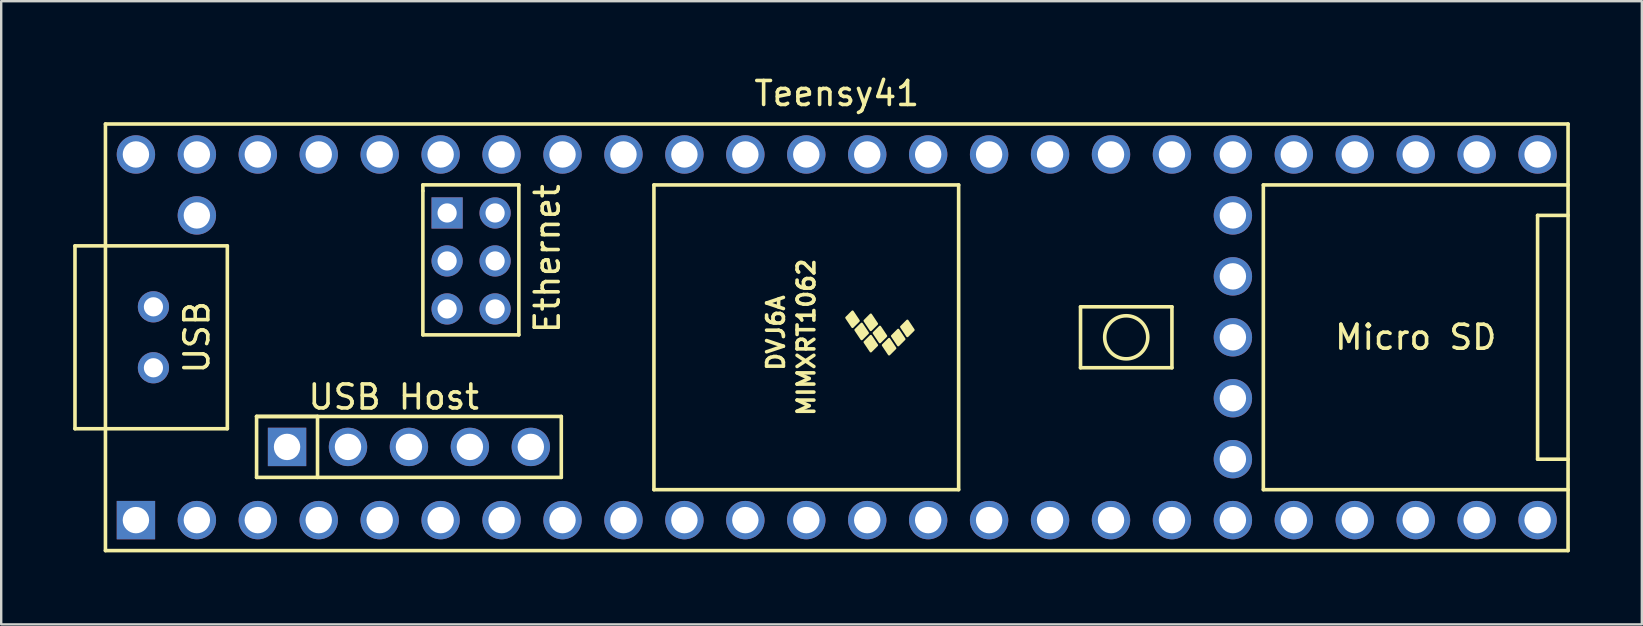
<source format=kicad_pcb>
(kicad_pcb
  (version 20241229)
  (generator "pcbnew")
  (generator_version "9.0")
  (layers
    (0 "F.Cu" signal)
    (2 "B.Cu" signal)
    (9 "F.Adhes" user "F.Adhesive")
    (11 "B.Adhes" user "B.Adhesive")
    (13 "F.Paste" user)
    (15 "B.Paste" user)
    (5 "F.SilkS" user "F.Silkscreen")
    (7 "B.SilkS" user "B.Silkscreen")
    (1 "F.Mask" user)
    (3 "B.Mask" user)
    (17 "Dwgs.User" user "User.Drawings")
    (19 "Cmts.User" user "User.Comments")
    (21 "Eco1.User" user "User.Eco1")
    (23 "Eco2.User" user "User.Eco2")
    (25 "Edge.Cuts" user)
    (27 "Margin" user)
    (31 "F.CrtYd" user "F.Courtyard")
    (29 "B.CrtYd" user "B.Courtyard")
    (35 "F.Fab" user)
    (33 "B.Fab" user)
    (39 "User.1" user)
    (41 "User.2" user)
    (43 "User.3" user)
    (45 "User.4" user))
  (footprint "Teensy41"
    (layer "F.Cu")
    (at 31.825 11.008)
    (property "Reference" "Teensy41" (at 0 -10.16 0) (layer "F.SilkS") (effects (font (size 1 1) (thickness 0.15))))
    (attr through_hole)
    (fp_line (start -31.75 -3.81) (end -30.48 -3.81) (stroke (width 0.15) (type solid)) (layer "F.SilkS"))
    (fp_line (start -31.75 3.81) (end -31.75 -3.81) (stroke (width 0.15) (type solid)) (layer "F.SilkS"))
    (fp_line (start -30.48 -8.89) (end 30.48 -8.89) (stroke (width 0.15) (type solid)) (layer "F.SilkS"))
    (fp_line (start -30.48 3.81) (end -31.75 3.81) (stroke (width 0.15) (type solid)) (layer "F.SilkS"))
    (fp_line (start -30.48 8.89) (end -30.48 -8.89) (stroke (width 0.15) (type solid)) (layer "F.SilkS"))
    (fp_line (start -25.4 -3.81) (end -30.48 -3.81) (stroke (width 0.15) (type solid)) (layer "F.SilkS"))
    (fp_line (start -25.4 3.81) (end -30.48 3.81) (stroke (width 0.15) (type solid)) (layer "F.SilkS"))
    (fp_line (start -25.4 3.81) (end -25.4 -3.81) (stroke (width 0.15) (type solid)) (layer "F.SilkS"))
    (fp_line (start -24.181 3.299) (end -21.641 3.299) (stroke (width 0.15) (type solid)) (layer "F.SilkS"))
    (fp_line (start -24.181 3.299) (end -11.481 3.299) (stroke (width 0.15) (type solid)) (layer "F.SilkS"))
    (fp_line (start -24.181 5.839) (end -24.181 3.299) (stroke (width 0.15) (type solid)) (layer "F.SilkS"))
    (fp_line (start -21.641 3.299) (end -21.641 5.839) (stroke (width 0.15) (type solid)) (layer "F.SilkS"))
    (fp_line (start -17.25 -6.352) (end -17.25 -6.102) (stroke (width 0.15) (type solid)) (layer "F.SilkS"))
    (fp_line (start -17.25 -6.102) (end -17.25 -0.102) (stroke (width 0.15) (type solid)) (layer "F.SilkS"))
    (fp_line (start -17.25 -0.102) (end -13.25 -0.102) (stroke (width 0.15) (type solid)) (layer "F.SilkS"))
    (fp_line (start -13.25 -6.352) (end -17.25 -6.352) (stroke (width 0.15) (type solid)) (layer "F.SilkS"))
    (fp_line (start -13.25 -0.102) (end -13.25 -6.352) (stroke (width 0.15) (type solid)) (layer "F.SilkS"))
    (fp_line (start -11.481 3.299) (end -11.481 5.839) (stroke (width 0.15) (type solid)) (layer "F.SilkS"))
    (fp_line (start -11.481 5.839) (end -24.181 5.839) (stroke (width 0.15) (type solid)) (layer "F.SilkS"))
    (fp_line (start -7.62 -6.35) (end -7.62 6.35) (stroke (width 0.15) (type solid)) (layer "F.SilkS"))
    (fp_line (start -7.62 6.35) (end 5.08 6.35) (stroke (width 0.15) (type solid)) (layer "F.SilkS"))
    (fp_line (start 5.08 -6.35) (end -7.62 -6.35) (stroke (width 0.15) (type solid)) (layer "F.SilkS"))
    (fp_line (start 5.08 6.35) (end 5.08 -6.35) (stroke (width 0.15) (type solid)) (layer "F.SilkS"))
    (fp_line (start 10.16 -1.27) (end 13.97 -1.27) (stroke (width 0.15) (type solid)) (layer "F.SilkS"))
    (fp_line (start 10.16 1.27) (end 10.16 -1.27) (stroke (width 0.15) (type solid)) (layer "F.SilkS"))
    (fp_line (start 13.97 -1.27) (end 13.97 1.27) (stroke (width 0.15) (type solid)) (layer "F.SilkS"))
    (fp_line (start 13.97 1.27) (end 10.16 1.27) (stroke (width 0.15) (type solid)) (layer "F.SilkS"))
    (fp_line (start 17.78 -6.35) (end 17.78 6.35) (stroke (width 0.15) (type solid)) (layer "F.SilkS"))
    (fp_line (start 17.78 6.35) (end 30.48 6.35) (stroke (width 0.15) (type solid)) (layer "F.SilkS"))
    (fp_line (start 29.21 -5.08) (end 29.21 5.08) (stroke (width 0.15) (type solid)) (layer "F.SilkS"))
    (fp_line (start 29.21 5.08) (end 30.48 5.08) (stroke (width 0.15) (type solid)) (layer "F.SilkS"))
    (fp_line (start 30.48 -8.89) (end 30.48 8.89) (stroke (width 0.15) (type solid)) (layer "F.SilkS"))
    (fp_line (start 30.48 -6.35) (end 17.78 -6.35) (stroke (width 0.15) (type solid)) (layer "F.SilkS"))
    (fp_line (start 30.48 -5.08) (end 29.21 -5.08) (stroke (width 0.15) (type solid)) (layer "F.SilkS"))
    (fp_line (start 30.48 8.89) (end -30.48 8.89) (stroke (width 0.15) (type solid)) (layer "F.SilkS"))
    (fp_circle (center 12.065 0) (end 12.7 -0.635) (stroke (width 0.15) (type solid)) (fill no) (layer "F.SilkS"))
    (fp_poly (pts (xy 0.911 -0.688) (xy 0.657 -0.434) (xy 0.403 -0.815) (xy 0.657 -1.069)) (stroke (width 0.1) (type solid)) (fill yes) (layer "F.SilkS"))
    (fp_poly (pts (xy 1.292 -0.18) (xy 1.038 0.074) (xy 0.784 -0.307) (xy 1.038 -0.561)) (stroke (width 0.1) (type solid)) (fill yes) (layer "F.SilkS"))
    (fp_poly (pts (xy 1.673 -0.561) (xy 1.419 -0.307) (xy 1.165 -0.688) (xy 1.419 -0.942)) (stroke (width 0.1) (type solid)) (fill yes) (layer "F.SilkS"))
    (fp_poly (pts (xy 1.673 0.328) (xy 1.419 0.582) (xy 1.165 0.201) (xy 1.419 -0.053)) (stroke (width 0.1) (type solid)) (fill yes) (layer "F.SilkS"))
    (fp_poly (pts (xy 2.054 -0.053) (xy 1.8 0.201) (xy 1.546 -0.18) (xy 1.8 -0.434)) (stroke (width 0.1) (type solid)) (fill yes) (layer "F.SilkS"))
    (fp_poly (pts (xy 2.435 0.455) (xy 2.181 0.709) (xy 1.927 0.328) (xy 2.181 0.074)) (stroke (width 0.1) (type solid)) (fill yes) (layer "F.SilkS"))
    (fp_poly (pts (xy 2.816 0.074) (xy 2.562 0.328) (xy 2.308 -0.053) (xy 2.562 -0.307)) (stroke (width 0.1) (type solid)) (fill yes) (layer "F.SilkS"))
    (fp_poly (pts (xy 3.197 -0.307) (xy 2.943 -0.053) (xy 2.689 -0.434) (xy 2.943 -0.688)) (stroke (width 0.1) (type solid)) (fill yes) (layer "F.SilkS"))
    (fp_text user "MIMXRT1062" (at -1.27 0 270) (layer "F.SilkS") (effects (font (size 0.7 0.7) (thickness 0.15))))
    (fp_text user "Ethernet" (at -12.065 -3.277 90) (layer "F.SilkS") (effects (font (size 1 1) (thickness 0.15))))
    (fp_text user "USB" (at -26.67 0 270) (layer "F.SilkS") (effects (font (size 1 1) (thickness 0.15))))
    (fp_text user "DVJ6A" (at -2.54 -0.18 270) (layer "F.SilkS") (effects (font (size 0.7 0.7) (thickness 0.15))))
    (fp_text user "Micro SD" (at 24.13 0 0) (layer "F.SilkS") (effects (font (size 1 1) (thickness 0.15))))
    (fp_text user "USB Host" (at -18.466 2.489 0) (layer "F.SilkS") (effects (font (size 1 1) (thickness 0.15))))
    (pad "1" thru_hole rect (at -29.21 7.62) (size 1.6 1.6) (drill 1.1) (layers "*.Cu" "*.Mask"))
    (pad "2" thru_hole circle (at -26.67 7.62) (size 1.6 1.6) (drill 1.1) (layers "*.Cu" "*.Mask"))
    (pad "3" thru_hole circle (at -24.13 7.62) (size 1.6 1.6) (drill 1.1) (layers "*.Cu" "*.Mask"))
    (pad "4" thru_hole circle (at -21.59 7.62) (size 1.6 1.6) (drill 1.1) (layers "*.Cu" "*.Mask"))
    (pad "5" thru_hole circle (at -19.05 7.62) (size 1.6 1.6) (drill 1.1) (layers "*.Cu" "*.Mask"))
    (pad "6" thru_hole circle (at -16.51 7.62) (size 1.6 1.6) (drill 1.1) (layers "*.Cu" "*.Mask"))
    (pad "7" thru_hole circle (at -13.97 7.62) (size 1.6 1.6) (drill 1.1) (layers "*.Cu" "*.Mask"))
    (pad "8" thru_hole circle (at -11.43 7.62) (size 1.6 1.6) (drill 1.1) (layers "*.Cu" "*.Mask"))
    (pad "9" thru_hole circle (at -8.89 7.62) (size 1.6 1.6) (drill 1.1) (layers "*.Cu" "*.Mask"))
    (pad "10" thru_hole circle (at -6.35 7.62) (size 1.6 1.6) (drill 1.1) (layers "*.Cu" "*.Mask"))
    (pad "11" thru_hole circle (at -3.81 7.62) (size 1.6 1.6) (drill 1.1) (layers "*.Cu" "*.Mask"))
    (pad "12" thru_hole circle (at -1.27 7.62) (size 1.6 1.6) (drill 1.1) (layers "*.Cu" "*.Mask"))
    (pad "13" thru_hole circle (at 1.27 7.62) (size 1.6 1.6) (drill 1.1) (layers "*.Cu" "*.Mask"))
    (pad "14" thru_hole circle (at 3.81 7.62) (size 1.6 1.6) (drill 1.1) (layers "*.Cu" "*.Mask"))
    (pad "15" thru_hole circle (at 6.35 7.62) (size 1.6 1.6) (drill 1.1) (layers "*.Cu" "*.Mask"))
    (pad "16" thru_hole circle (at 8.89 7.62) (size 1.6 1.6) (drill 1.1) (layers "*.Cu" "*.Mask"))
    (pad "17" thru_hole circle (at 11.43 7.62) (size 1.6 1.6) (drill 1.1) (layers "*.Cu" "*.Mask"))
    (pad "18" thru_hole circle (at 13.97 7.62) (size 1.6 1.6) (drill 1.1) (layers "*.Cu" "*.Mask"))
    (pad "19" thru_hole circle (at 16.51 7.62) (size 1.6 1.6) (drill 1.1) (layers "*.Cu" "*.Mask"))
    (pad "20" thru_hole circle (at 19.05 7.62) (size 1.6 1.6) (drill 1.1) (layers "*.Cu" "*.Mask"))
    (pad "21" thru_hole circle (at 21.59 7.62) (size 1.6 1.6) (drill 1.1) (layers "*.Cu" "*.Mask"))
    (pad "22" thru_hole circle (at 24.13 7.62) (size 1.6 1.6) (drill 1.1) (layers "*.Cu" "*.Mask"))
    (pad "23" thru_hole circle (at 26.67 7.62) (size 1.6 1.6) (drill 1.1) (layers "*.Cu" "*.Mask"))
    (pad "24" thru_hole circle (at 29.21 7.62) (size 1.6 1.6) (drill 1.1) (layers "*.Cu" "*.Mask"))
    (pad "25" thru_hole circle (at 29.21 -7.62) (size 1.6 1.6) (drill 1.1) (layers "*.Cu" "*.Mask"))
    (pad "26" thru_hole circle (at 26.67 -7.62) (size 1.6 1.6) (drill 1.1) (layers "*.Cu" "*.Mask"))
    (pad "27" thru_hole circle (at 24.13 -7.62) (size 1.6 1.6) (drill 1.1) (layers "*.Cu" "*.Mask"))
    (pad "28" thru_hole circle (at 21.59 -7.62) (size 1.6 1.6) (drill 1.1) (layers "*.Cu" "*.Mask"))
    (pad "29" thru_hole circle (at 19.05 -7.62) (size 1.6 1.6) (drill 1.1) (layers "*.Cu" "*.Mask"))
    (pad "30" thru_hole circle (at 16.51 -7.62) (size 1.6 1.6) (drill 1.1) (layers "*.Cu" "*.Mask"))
    (pad "31" thru_hole circle (at 13.97 -7.62) (size 1.6 1.6) (drill 1.1) (layers "*.Cu" "*.Mask"))
    (pad "32" thru_hole circle (at 11.43 -7.62) (size 1.6 1.6) (drill 1.1) (layers "*.Cu" "*.Mask"))
    (pad "33" thru_hole circle (at 8.89 -7.62) (size 1.6 1.6) (drill 1.1) (layers "*.Cu" "*.Mask"))
    (pad "34" thru_hole circle (at 6.35 -7.62) (size 1.6 1.6) (drill 1.1) (layers "*.Cu" "*.Mask"))
    (pad "35" thru_hole circle (at 3.81 -7.62) (size 1.6 1.6) (drill 1.1) (layers "*.Cu" "*.Mask"))
    (pad "36" thru_hole circle (at 1.27 -7.62) (size 1.6 1.6) (drill 1.1) (layers "*.Cu" "*.Mask"))
    (pad "37" thru_hole circle (at -1.27 -7.62) (size 1.6 1.6) (drill 1.1) (layers "*.Cu" "*.Mask"))
    (pad "38" thru_hole circle (at -3.81 -7.62) (size 1.6 1.6) (drill 1.1) (layers "*.Cu" "*.Mask"))
    (pad "39" thru_hole circle (at -6.35 -7.62) (size 1.6 1.6) (drill 1.1) (layers "*.Cu" "*.Mask"))
    (pad "40" thru_hole circle (at -8.89 -7.62) (size 1.6 1.6) (drill 1.1) (layers "*.Cu" "*.Mask"))
    (pad "41" thru_hole circle (at -11.43 -7.62) (size 1.6 1.6) (drill 1.1) (layers "*.Cu" "*.Mask"))
    (pad "42" thru_hole circle (at -13.97 -7.62) (size 1.6 1.6) (drill 1.1) (layers "*.Cu" "*.Mask"))
    (pad "43" thru_hole circle (at -16.51 -7.62) (size 1.6 1.6) (drill 1.1) (layers "*.Cu" "*.Mask"))
    (pad "44" thru_hole circle (at -19.05 -7.62) (size 1.6 1.6) (drill 1.1) (layers "*.Cu" "*.Mask"))
    (pad "45" thru_hole circle (at -21.59 -7.62) (size 1.6 1.6) (drill 1.1) (layers "*.Cu" "*.Mask"))
    (pad "46" thru_hole circle (at -24.13 -7.62) (size 1.6 1.6) (drill 1.1) (layers "*.Cu" "*.Mask"))
    (pad "47" thru_hole circle (at -26.67 -7.62) (size 1.6 1.6) (drill 1.1) (layers "*.Cu" "*.Mask"))
    (pad "48" thru_hole circle (at -29.21 -7.62) (size 1.6 1.6) (drill 1.1) (layers "*.Cu" "*.Mask"))
    (pad "49" thru_hole circle (at -26.67 -5.08) (size 1.6 1.6) (drill 1.1) (layers "*.Cu" "*.Mask"))
    (pad "50" thru_hole circle (at 16.51 5.08) (size 1.6 1.6) (drill 1.1) (layers "*.Cu" "*.Mask"))
    (pad "51" thru_hole circle (at 16.51 2.54) (size 1.6 1.6) (drill 1.1) (layers "*.Cu" "*.Mask"))
    (pad "52" thru_hole circle (at 16.51 0) (size 1.6 1.6) (drill 1.1) (layers "*.Cu" "*.Mask"))
    (pad "53" thru_hole circle (at 16.51 -2.54) (size 1.6 1.6) (drill 1.1) (layers "*.Cu" "*.Mask"))
    (pad "54" thru_hole circle (at 16.51 -5.08) (size 1.6 1.6) (drill 1.1) (layers "*.Cu" "*.Mask"))
    (pad "55" thru_hole rect (at -22.911 4.569) (size 1.6 1.6) (drill 1.1) (layers "*.Cu" "*.Mask"))
    (pad "56" thru_hole circle (at -20.371 4.569) (size 1.6 1.6) (drill 1.1) (layers "*.Cu" "*.Mask"))
    (pad "57" thru_hole circle (at -17.831 4.569) (size 1.6 1.6) (drill 1.1) (layers "*.Cu" "*.Mask"))
    (pad "58" thru_hole circle (at -15.291 4.569) (size 1.6 1.6) (drill 1.1) (layers "*.Cu" "*.Mask"))
    (pad "59" thru_hole circle (at -12.751 4.569) (size 1.6 1.6) (drill 1.1) (layers "*.Cu" "*.Mask"))
    (pad "60" thru_hole rect (at -16.24 -5.182) (size 1.3 1.3) (drill 0.8) (layers "*.Cu" "*.Mask"))
    (pad "61" thru_hole circle (at -16.24 -3.182) (size 1.3 1.3) (drill 0.8) (layers "*.Cu" "*.Mask"))
    (pad "62" thru_hole circle (at -16.24 -1.182) (size 1.3 1.3) (drill 0.8) (layers "*.Cu" "*.Mask"))
    (pad "63" thru_hole circle (at -14.24 -1.182) (size 1.3 1.3) (drill 0.8) (layers "*.Cu" "*.Mask"))
    (pad "64" thru_hole circle (at -14.24 -3.182) (size 1.3 1.3) (drill 0.8) (layers "*.Cu" "*.Mask"))
    (pad "65" thru_hole circle (at -14.24 -5.182) (size 1.3 1.3) (drill 0.8) (layers "*.Cu" "*.Mask"))
    (pad "66" thru_hole circle (at -28.48 -1.27) (size 1.3 1.3) (drill 0.8) (layers "*.Cu" "*.Mask"))
    (pad "67" thru_hole circle (at -28.48 1.27) (size 1.3 1.3) (drill 0.8) (layers "*.Cu" "*.Mask")))
  (gr_rect
    (start -3 -3)
    (end 65.38 22.973)
    (stroke (width 0.1) (type default))
    (fill no)
    (layer "Edge.Cuts")))
</source>
